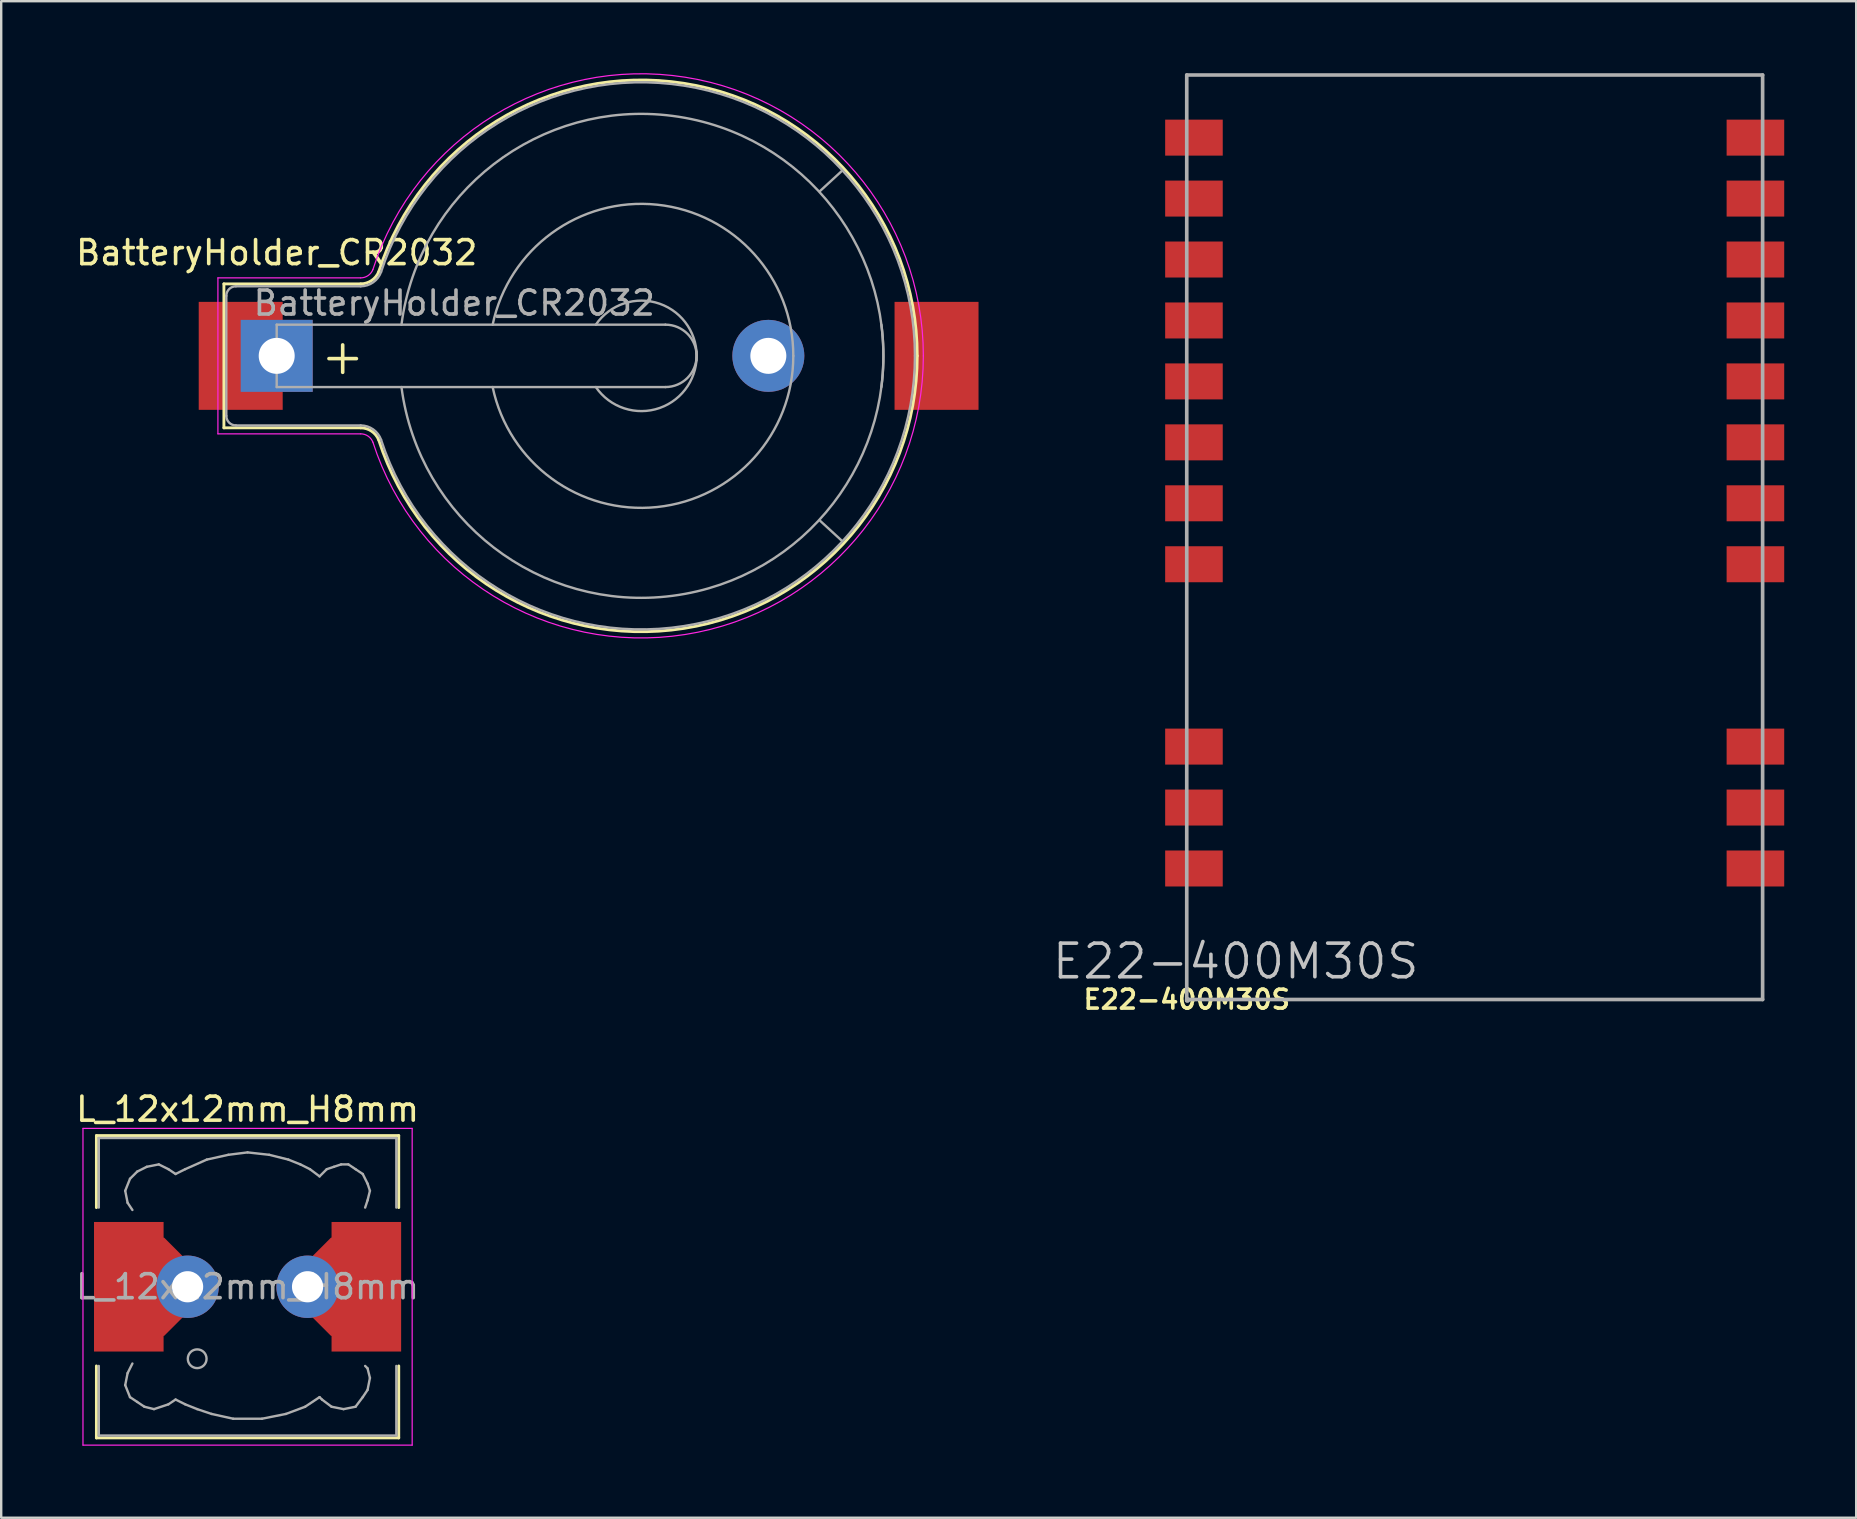
<source format=kicad_pcb>
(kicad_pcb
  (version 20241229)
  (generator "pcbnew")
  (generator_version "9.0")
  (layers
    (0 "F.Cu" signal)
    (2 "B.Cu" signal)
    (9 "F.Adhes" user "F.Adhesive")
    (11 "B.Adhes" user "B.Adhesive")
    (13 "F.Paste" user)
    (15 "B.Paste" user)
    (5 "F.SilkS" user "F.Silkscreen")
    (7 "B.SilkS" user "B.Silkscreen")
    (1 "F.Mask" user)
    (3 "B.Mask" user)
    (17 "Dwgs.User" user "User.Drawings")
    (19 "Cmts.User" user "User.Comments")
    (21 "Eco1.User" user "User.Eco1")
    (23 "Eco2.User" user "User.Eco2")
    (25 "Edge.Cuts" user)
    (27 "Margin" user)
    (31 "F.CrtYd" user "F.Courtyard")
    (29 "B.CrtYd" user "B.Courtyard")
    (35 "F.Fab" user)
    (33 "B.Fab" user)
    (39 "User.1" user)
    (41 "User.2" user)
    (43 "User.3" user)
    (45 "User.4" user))
  (footprint "BatteryHolder_CR2032"
    (layer "F.Cu")
    (at 8.482 11.781)
    (property "Reference" "BatteryHolder_CR2032" (at 0 -4.3 0) (layer "F.SilkS") (effects (font (size 1 1) (thickness 0.15))))
    (attr through_hole)
    (fp_line (start -2.2 -3) (end 3.5 -3) (stroke (width 0.12) (type solid)) (layer "F.SilkS"))
    (fp_line (start -2.2 3) (end -2.2 -3) (stroke (width 0.12) (type solid)) (layer "F.SilkS"))
    (fp_line (start -2.2 3) (end 3.5 3) (stroke (width 0.12) (type solid)) (layer "F.SilkS"))
    (fp_arc (start 3.5 3) (mid 3.950694 3.136459) (end 4.25 3.5) (stroke (width 0.12) (type solid)) (layer "F.SilkS"))
    (fp_arc (start 4.25 -3.5) (mid 3.950694 -3.136459) (end 3.5 -3) (stroke (width 0.12) (type solid)) (layer "F.SilkS"))
    (fp_arc (start 4.25 -3.5) (mid 16.971103 -11.358466) (end 26.695671 0) (stroke (width 0.12) (type solid)) (layer "F.SilkS"))
    (fp_arc (start 26.695671 0) (mid 16.971103 11.358466) (end 4.25 3.5) (stroke (width 0.12) (type solid)) (layer "F.SilkS"))
    (fp_line (start -2.45 -3.25) (end 3.5 -3.25) (stroke (width 0.05) (type solid)) (layer "F.CrtYd"))
    (fp_line (start -2.45 3.25) (end -2.45 -3.25) (stroke (width 0.05) (type solid)) (layer "F.CrtYd"))
    (fp_line (start -2.45 3.25) (end 3.5 3.25) (stroke (width 0.05) (type solid)) (layer "F.CrtYd"))
    (fp_arc (start 3.5 3.25) (mid 3.809273 3.345916) (end 4.01 3.6) (stroke (width 0.05) (type solid)) (layer "F.CrtYd"))
    (fp_arc (start 4.01 -3.6) (mid 3.809273 -3.345916) (end 3.5 -3.25) (stroke (width 0.05) (type solid)) (layer "F.CrtYd"))
    (fp_arc (start 4.01 -3.6) (mid 17.020063 -11.613627) (end 26.95 0) (stroke (width 0.05) (type solid)) (layer "F.CrtYd"))
    (fp_arc (start 26.95 0) (mid 17.020063 11.613629) (end 4.01 3.6) (stroke (width 0.05) (type solid)) (layer "F.CrtYd"))
    (fp_line (start -2.1 -2.5) (end -2.1 2.5) (stroke (width 0.1) (type solid)) (layer "F.Fab"))
    (fp_line (start -1.7 2.9) (end 3.5 2.9) (stroke (width 0.1) (type solid)) (layer "F.Fab"))
    (fp_line (start 0 -1.3) (end 0 1.3) (stroke (width 0.1) (type solid)) (layer "F.Fab"))
    (fp_line (start 0 1.3) (end 16.2 1.3) (stroke (width 0.1) (type solid)) (layer "F.Fab"))
    (fp_line (start 3.5 -2.9) (end -1.7 -2.9) (stroke (width 0.1) (type solid)) (layer "F.Fab"))
    (fp_line (start 16.2 -1.3) (end 0 -1.3) (stroke (width 0.1) (type solid)) (layer "F.Fab"))
    (fp_line (start 23.571 -7.722) (end 22.631 -6.858) (stroke (width 0.1) (type solid)) (layer "F.Fab"))
    (fp_line (start 23.571 7.722) (end 22.657 6.883) (stroke (width 0.1) (type solid)) (layer "F.Fab"))
    (fp_arc (start -2.1 -2.5) (mid -1.982843 -2.782843) (end -1.7 -2.9) (stroke (width 0.1) (type solid)) (layer "F.Fab"))
    (fp_arc (start -1.7 2.9) (mid -1.982843 2.782843) (end -2.1 2.5) (stroke (width 0.1) (type solid)) (layer "F.Fab"))
    (fp_arc (start 3.5 2.9) (mid 4.020217 3.065109) (end 4.35 3.5) (stroke (width 0.1) (type solid)) (layer "F.Fab"))
    (fp_arc (start 4.35 -3.5) (mid 4.020217 -3.06511) (end 3.5 -2.9) (stroke (width 0.1) (type solid)) (layer "F.Fab"))
    (fp_arc (start 4.35 -3.5) (mid 16.971395 -11.261979) (end 26.600299 0) (stroke (width 0.1) (type solid)) (layer "F.Fab"))
    (fp_arc (start 5.2 -1.3) (mid 16.5 -10) (end 25.2 1.3) (stroke (width 0.1) (type solid)) (layer "F.Fab"))
    (fp_arc (start 9 -1.3) (mid 15.851289 -6.300938) (end 21.53 0) (stroke (width 0.1) (type solid)) (layer "F.Fab"))
    (fp_arc (start 13.3 -1.3) (mid 15.963947 -2.171724) (end 17.495448 0.175833) (stroke (width 0.1) (type solid)) (layer "F.Fab"))
    (fp_arc (start 16.2 -1.3) (mid 17.5 0) (end 16.2 1.3) (stroke (width 0.1) (type solid)) (layer "F.Fab"))
    (fp_arc (start 17.495448 -0.175833) (mid 15.963947 2.171724) (end 13.3 1.3) (stroke (width 0.1) (type solid)) (layer "F.Fab"))
    (fp_arc (start 21.53 0) (mid 15.851292 6.300937) (end 9 1.3) (stroke (width 0.1) (type solid)) (layer "F.Fab"))
    (fp_arc (start 25.2 -1.3) (mid 16.5 10) (end 5.2 1.3) (stroke (width 0.1) (type solid)) (layer "F.Fab"))
    (fp_arc (start 26.600299 0) (mid 16.971396 11.261979) (end 4.35 3.5) (stroke (width 0.1) (type solid)) (layer "F.Fab"))
    (fp_text user "+" (at 2.75 0 0) (layer "F.SilkS") (effects (font (size 1.5 1.5) (thickness 0.15))))
    (fp_text user "${REFERENCE}" (at 7.4 -2.2 0) (layer "F.Fab") (effects (font (size 1 1) (thickness 0.15))))
    (pad "1" smd rect (at -1.5 0) (size 3.5 4.5) (layers "F.Cu" "F.Mask"))
    (pad "1" thru_hole rect (at 0 0) (size 3 3) (drill 1.5) (layers "*.Cu" "*.Mask"))
    (pad "2" thru_hole circle (at 20.49 0) (size 3 3) (drill 1.5) (layers "*.Cu" "*.Mask"))
    (pad "2" smd rect (at 27.5 0) (size 3.5 4.5) (layers "F.Cu" "F.Mask")))
  (footprint "L_12x12mm_H8mm"
    (layer "F.Cu")
    (at 7.268 50.578)
    (property "Reference" "L_12x12mm_H8mm" (at 0 -7.4 0) (layer "F.SilkS") (effects (font (size 1 1) (thickness 0.15))))
    (attr smd)
    (fp_poly (pts (xy -2.5 -1) (xy -3.5 -0.5) (xy -3.5 -2)) (stroke (width 0.1) (type solid)) (fill yes) (layer "F.Cu"))
    (fp_poly (pts (xy -2.5 1) (xy -3.5 2) (xy -3.5 0.5)) (stroke (width 0.1) (type solid)) (fill yes) (layer "F.Cu"))
    (fp_poly (pts (xy 3.5 -0.5) (xy 2.5 -1) (xy 3.5 -2)) (stroke (width 0.1) (type solid)) (fill yes) (layer "F.Cu"))
    (fp_poly (pts (xy 3.5 2) (xy 2.5 1) (xy 3.5 0.5)) (stroke (width 0.1) (type solid)) (fill yes) (layer "F.Cu"))
    (fp_line (start -6.3 -6.3) (end 6.3 -6.3) (stroke (width 0.12) (type solid)) (layer "F.SilkS"))
    (fp_line (start -6.3 -3.3) (end -6.3 -6.3) (stroke (width 0.12) (type solid)) (layer "F.SilkS"))
    (fp_line (start -6.3 6.3) (end -6.3 3.3) (stroke (width 0.12) (type solid)) (layer "F.SilkS"))
    (fp_line (start 6.3 -6.3) (end 6.3 -3.3) (stroke (width 0.12) (type solid)) (layer "F.SilkS"))
    (fp_line (start 6.3 3.3) (end 6.3 6.3) (stroke (width 0.12) (type solid)) (layer "F.SilkS"))
    (fp_line (start 6.3 6.3) (end -6.3 6.3) (stroke (width 0.12) (type solid)) (layer "F.SilkS"))
    (fp_line (start -6.86 -6.6) (end 6.86 -6.6) (stroke (width 0.05) (type solid)) (layer "F.CrtYd"))
    (fp_line (start -6.86 6.6) (end -6.86 -6.6) (stroke (width 0.05) (type solid)) (layer "F.CrtYd"))
    (fp_line (start 6.86 -6.6) (end 6.86 6.6) (stroke (width 0.05) (type solid)) (layer "F.CrtYd"))
    (fp_line (start 6.86 6.6) (end -6.86 6.6) (stroke (width 0.05) (type solid)) (layer "F.CrtYd"))
    (fp_line (start -6.2 -6.2) (end -6.2 -3.3) (stroke (width 0.1) (type solid)) (layer "F.Fab"))
    (fp_line (start -6.2 3.3) (end -6.2 6.2) (stroke (width 0.1) (type solid)) (layer "F.Fab"))
    (fp_line (start -6.2 6.2) (end 6.2 6.2) (stroke (width 0.1) (type solid)) (layer "F.Fab"))
    (fp_line (start -5.1 -4) (end -5 -3.5) (stroke (width 0.1) (type solid)) (layer "F.Fab"))
    (fp_line (start -5.1 4.1) (end -5 3.6) (stroke (width 0.1) (type solid)) (layer "F.Fab"))
    (fp_line (start -5 -3.5) (end -4.8 -3.2) (stroke (width 0.1) (type solid)) (layer "F.Fab"))
    (fp_line (start -5 3.6) (end -4.8 3.2) (stroke (width 0.1) (type solid)) (layer "F.Fab"))
    (fp_line (start -4.9 -4.5) (end -5.1 -4) (stroke (width 0.1) (type solid)) (layer "F.Fab"))
    (fp_line (start -4.9 4.6) (end -5.1 4.1) (stroke (width 0.1) (type solid)) (layer "F.Fab"))
    (fp_line (start -4.6 -4.8) (end -4.9 -4.5) (stroke (width 0.1) (type solid)) (layer "F.Fab"))
    (fp_line (start -4.6 4.8) (end -4.9 4.6) (stroke (width 0.1) (type solid)) (layer "F.Fab"))
    (fp_line (start -4.3 5) (end -4.6 4.8) (stroke (width 0.1) (type solid)) (layer "F.Fab"))
    (fp_line (start -4.2 -5) (end -4.6 -4.8) (stroke (width 0.1) (type solid)) (layer "F.Fab"))
    (fp_line (start -3.9 5.1) (end -4.3 5) (stroke (width 0.1) (type solid)) (layer "F.Fab"))
    (fp_line (start -3.7 -5.1) (end -4.2 -5) (stroke (width 0.1) (type solid)) (layer "F.Fab"))
    (fp_line (start -3.3 -4.9) (end -3.7 -5.1) (stroke (width 0.1) (type solid)) (layer "F.Fab"))
    (fp_line (start -3.3 4.9) (end -3.9 5.1) (stroke (width 0.1) (type solid)) (layer "F.Fab"))
    (fp_line (start -3 -4.7) (end -3.3 -4.9) (stroke (width 0.1) (type solid)) (layer "F.Fab"))
    (fp_line (start -3 4.7) (end -3.3 4.9) (stroke (width 0.1) (type solid)) (layer "F.Fab"))
    (fp_line (start -2.6 -4.9) (end -3 -4.7) (stroke (width 0.1) (type solid)) (layer "F.Fab"))
    (fp_line (start -2.6 4.9) (end -3 4.7) (stroke (width 0.1) (type solid)) (layer "F.Fab"))
    (fp_line (start -2.1 5.1) (end -2.6 4.9) (stroke (width 0.1) (type solid)) (layer "F.Fab"))
    (fp_line (start -1.7 -5.3) (end -2.6 -4.9) (stroke (width 0.1) (type solid)) (layer "F.Fab"))
    (fp_line (start -1.5 5.3) (end -2.1 5.1) (stroke (width 0.1) (type solid)) (layer "F.Fab"))
    (fp_line (start -0.8 -5.5) (end -1.7 -5.3) (stroke (width 0.1) (type solid)) (layer "F.Fab"))
    (fp_line (start -0.6 5.5) (end -1.5 5.3) (stroke (width 0.1) (type solid)) (layer "F.Fab"))
    (fp_line (start 0 -5.6) (end -0.8 -5.5) (stroke (width 0.1) (type solid)) (layer "F.Fab"))
    (fp_line (start 0.6 5.5) (end -0.6 5.5) (stroke (width 0.1) (type solid)) (layer "F.Fab"))
    (fp_line (start 0.9 -5.5) (end 0 -5.6) (stroke (width 0.1) (type solid)) (layer "F.Fab"))
    (fp_line (start 1.6 5.3) (end 0.6 5.5) (stroke (width 0.1) (type solid)) (layer "F.Fab"))
    (fp_line (start 1.7 -5.3) (end 0.9 -5.5) (stroke (width 0.1) (type solid)) (layer "F.Fab"))
    (fp_line (start 2.2 -5.1) (end 1.7 -5.3) (stroke (width 0.1) (type solid)) (layer "F.Fab"))
    (fp_line (start 2.4 5) (end 1.6 5.3) (stroke (width 0.1) (type solid)) (layer "F.Fab"))
    (fp_line (start 2.6 -4.9) (end 2.2 -5.1) (stroke (width 0.1) (type solid)) (layer "F.Fab"))
    (fp_line (start 3 -4.6) (end 2.6 -4.9) (stroke (width 0.1) (type solid)) (layer "F.Fab"))
    (fp_line (start 3 4.6) (end 2.4 5) (stroke (width 0.1) (type solid)) (layer "F.Fab"))
    (fp_line (start 3.1 4.7) (end 3 4.6) (stroke (width 0.1) (type solid)) (layer "F.Fab"))
    (fp_line (start 3.3 -4.9) (end 3 -4.6) (stroke (width 0.1) (type solid)) (layer "F.Fab"))
    (fp_line (start 3.5 5) (end 3.1 4.7) (stroke (width 0.1) (type solid)) (layer "F.Fab"))
    (fp_line (start 3.6 -5) (end 3.3 -4.9) (stroke (width 0.1) (type solid)) (layer "F.Fab"))
    (fp_line (start 3.9 -5.1) (end 3.6 -5) (stroke (width 0.1) (type solid)) (layer "F.Fab"))
    (fp_line (start 4 5.1) (end 3.5 5) (stroke (width 0.1) (type solid)) (layer "F.Fab"))
    (fp_line (start 4.2 -5.1) (end 3.9 -5.1) (stroke (width 0.1) (type solid)) (layer "F.Fab"))
    (fp_line (start 4.5 -4.9) (end 4.2 -5.1) (stroke (width 0.1) (type solid)) (layer "F.Fab"))
    (fp_line (start 4.5 5) (end 4 5.1) (stroke (width 0.1) (type solid)) (layer "F.Fab"))
    (fp_line (start 4.8 -4.7) (end 4.5 -4.9) (stroke (width 0.1) (type solid)) (layer "F.Fab"))
    (fp_line (start 4.8 4.6) (end 4.5 5) (stroke (width 0.1) (type solid)) (layer "F.Fab"))
    (fp_line (start 4.9 -3.3) (end 5 -3.6) (stroke (width 0.1) (type solid)) (layer "F.Fab"))
    (fp_line (start 4.9 3.3) (end 5 3.4) (stroke (width 0.1) (type solid)) (layer "F.Fab"))
    (fp_line (start 5 -4.3) (end 4.8 -4.7) (stroke (width 0.1) (type solid)) (layer "F.Fab"))
    (fp_line (start 5 -3.6) (end 5.1 -4) (stroke (width 0.1) (type solid)) (layer "F.Fab"))
    (fp_line (start 5 3.4) (end 5.1 3.8) (stroke (width 0.1) (type solid)) (layer "F.Fab"))
    (fp_line (start 5 4.3) (end 4.8 4.6) (stroke (width 0.1) (type solid)) (layer "F.Fab"))
    (fp_line (start 5.1 -4) (end 5 -4.3) (stroke (width 0.1) (type solid)) (layer "F.Fab"))
    (fp_line (start 5.1 3.8) (end 5 4.3) (stroke (width 0.1) (type solid)) (layer "F.Fab"))
    (fp_line (start 6.2 -6.2) (end -6.2 -6.2) (stroke (width 0.1) (type solid)) (layer "F.Fab"))
    (fp_line (start 6.2 -6.2) (end 6.2 -3.3) (stroke (width 0.1) (type solid)) (layer "F.Fab"))
    (fp_line (start 6.2 6.2) (end 6.2 3.3) (stroke (width 0.1) (type solid)) (layer "F.Fab"))
    (fp_circle (center -2.1 3) (end -1.8 3.25) (stroke (width 0.1) (type solid)) (fill no) (layer "F.Fab"))
    (fp_text user "${REFERENCE}" (at 0 0 0) (layer "F.Fab") (effects (font (size 1 1) (thickness 0.15))))
    (pad "1" smd rect (at -4.95 0) (size 2.9 5.4) (layers "F.Cu" "F.Mask" "F.Paste"))
    (pad "1" thru_hole circle (at -2.5 0) (size 2.6 2.6) (drill 1.3) (layers "*.Cu" "*.Mask"))
    (pad "2" thru_hole circle (at 2.5 0) (size 2.6 2.6) (drill 1.3) (layers "*.Cu" "*.Mask"))
    (pad "2" smd rect (at 4.95 0) (size 2.9 5.4) (layers "F.Cu" "F.Mask" "F.Paste")))
  (footprint "E22-400M30S"
    (layer "F.Cu")
    (at 46.41 38.606)
    (property "Reference" "E22-400M30S" (at 0 0 0) (layer "F.SilkS") (effects (font (size 0.787 0.787) (thickness 0.15))))
    (attr smd)
    (fp_line (start 0 -38.53) (end 0 0) (stroke (width 0.152) (type solid)) (layer "F.Fab"))
    (fp_line (start 0 0) (end 0 0.05) (stroke (width 0.152) (type solid)) (layer "F.Fab"))
    (fp_line (start 0 0) (end 24 0) (stroke (width 0.152) (type solid)) (layer "F.Fab"))
    (fp_line (start 0 0.05) (end 0.05 0.05) (stroke (width 0.152) (type solid)) (layer "F.Fab"))
    (fp_line (start 0.05 -0.01) (end 0.03 -0.01) (stroke (width 0.152) (type solid)) (layer "F.Fab"))
    (fp_line (start 0.05 0.05) (end 0.05 -0.01) (stroke (width 0.152) (type solid)) (layer "F.Fab"))
    (fp_line (start 24 -38.53) (end 0 -38.53) (stroke (width 0.152) (type solid)) (layer "F.Fab"))
    (fp_line (start 24 0) (end 24 -38.53) (stroke (width 0.152) (type solid)) (layer "F.Fab"))
    (fp_text user "E22-400M30S" (at 2.04 -1.59 0) (layer "Dwgs.User") (effects (font (size 1.4 1.4) (thickness 0.15))))
    (pad "1-GND" smd rect (at 23.7 -5.46) (size 2.4 1.5) (layers "F.Cu" "F.Mask" "F.Paste"))
    (pad "2-GND" smd rect (at 23.7 -8) (size 2.4 1.5) (layers "F.Cu" "F.Mask" "F.Paste"))
    (pad "3-GND" smd rect (at 23.7 -10.54) (size 2.4 1.5) (layers "F.Cu" "F.Mask" "F.Paste"))
    (pad "4-GND" smd rect (at 23.7 -18.14) (size 2.4 1.5) (layers "F.Cu" "F.Mask" "F.Paste"))
    (pad "5-GND" smd rect (at 23.7 -20.68) (size 2.4 1.5) (layers "F.Cu" "F.Mask" "F.Paste"))
    (pad "6-RXEN" smd rect (at 23.7 -23.22) (size 2.4 1.5) (layers "F.Cu" "F.Mask" "F.Paste"))
    (pad "7-TXEN" smd rect (at 23.7 -25.76) (size 2.4 1.5) (layers "F.Cu" "F.Mask" "F.Paste"))
    (pad "8-DIO2" smd rect (at 23.7 -28.3) (size 2.4 1.5) (layers "F.Cu" "F.Mask" "F.Paste"))
    (pad "9-VCC" smd rect (at 23.7 -30.84) (size 2.4 1.5) (layers "F.Cu" "F.Mask" "F.Paste"))
    (pad "10-VCC" smd rect (at 23.7 -33.38) (size 2.4 1.5) (layers "F.Cu" "F.Mask" "F.Paste"))
    (pad "11-GND" smd rect (at 23.7 -35.92) (size 2.4 1.5) (layers "F.Cu" "F.Mask" "F.Paste"))
    (pad "12-GND" smd rect (at 0.3 -35.92) (size 2.4 1.5) (layers "F.Cu" "F.Mask" "F.Paste"))
    (pad "13-DIO1" smd rect (at 0.3 -33.38) (size 2.4 1.5) (layers "F.Cu" "F.Mask" "F.Paste"))
    (pad "14-BUSY" smd rect (at 0.3 -30.84) (size 2.4 1.5) (layers "F.Cu" "F.Mask" "F.Paste"))
    (pad "15-NRESET" smd rect (at 0.3 -28.3) (size 2.4 1.5) (layers "F.Cu" "F.Mask" "F.Paste"))
    (pad "16-MISO" smd rect (at 0.3 -25.76) (size 2.4 1.5) (layers "F.Cu" "F.Mask" "F.Paste"))
    (pad "17-MOSI" smd rect (at 0.3 -23.22) (size 2.4 1.5) (layers "F.Cu" "F.Mask" "F.Paste"))
    (pad "18-SCK" smd rect (at 0.3 -20.68) (size 2.4 1.5) (layers "F.Cu" "F.Mask" "F.Paste"))
    (pad "19-NSS" smd rect (at 0.3 -18.14) (size 2.4 1.5) (layers "F.Cu" "F.Mask" "F.Paste"))
    (pad "20-GND" smd rect (at 0.3 -10.54) (size 2.4 1.5) (layers "F.Cu" "F.Mask" "F.Paste"))
    (pad "21-ANT" smd rect (at 0.3 -8) (size 2.4 1.5) (layers "F.Cu" "F.Mask" "F.Paste"))
    (pad "22-GND" smd rect (at 0.3 -5.46) (size 2.4 1.5) (layers "F.Cu" "F.Mask" "F.Paste")))
  (gr_rect
    (start -3 -3)
    (end 74.31 60.203)
    (stroke (width 0.1) (type default))
    (fill no)
    (layer "Edge.Cuts")))
</source>
